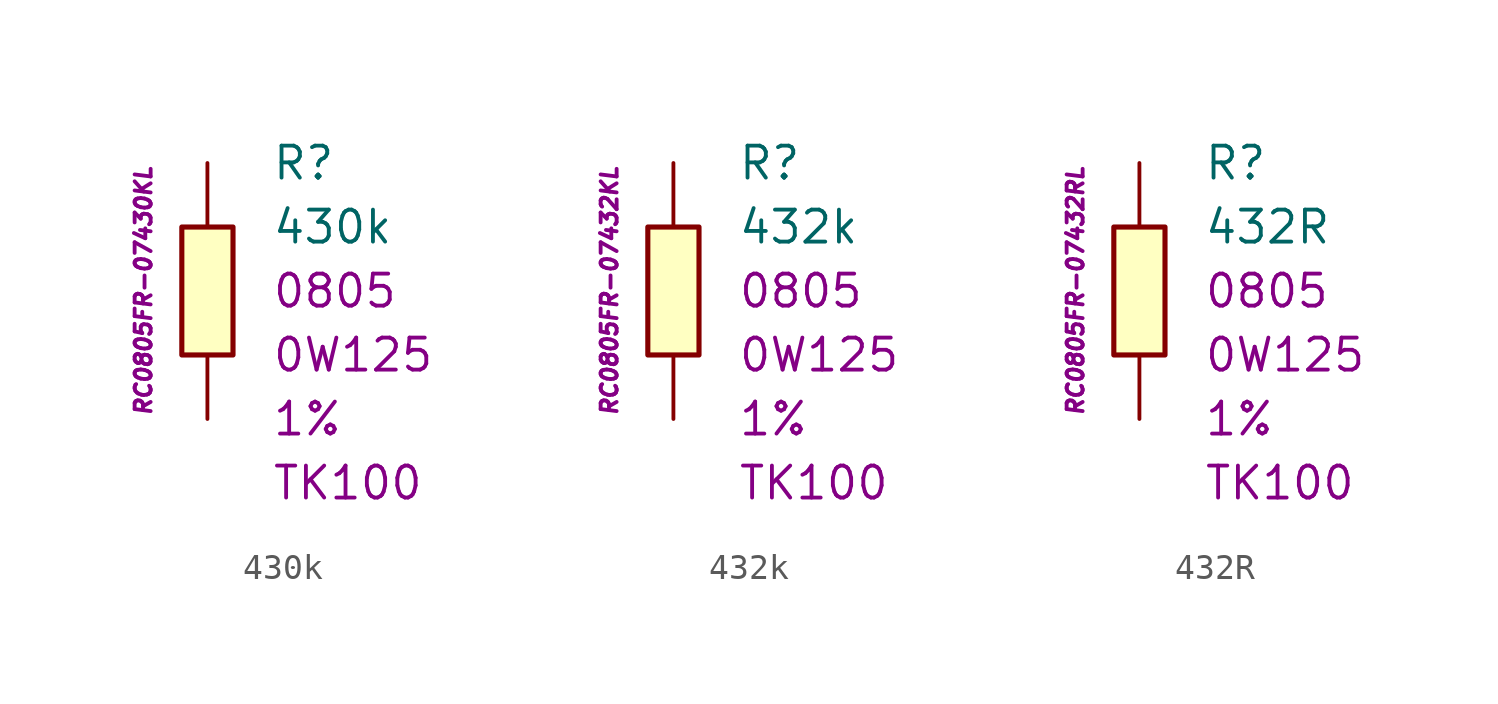
<source format=kicad_sym>
(kicad_symbol_lib
  (version 20201005)
  (generator kicad_symbol_editor)
  (symbol "430k"
    (pin_numbers hide)
    (pin_names
      (offset 1.016) hide)
    (property "Reference" "R"
      (at 2.54 5.08 0)
      (effects (font (size 1.27 1.27)) (justify left)))
    (property "Value" "430k"
      (at 2.54 2.54 0)
      (effects (font (size 1.27 1.27)) (justify left)))
    (property "Package" "0805"
      (at 2.54 0 0)
      (effects (font (size 1.27 1.27)) (justify left)))
    (property "Power" "0W125"
      (at 2.54 -2.54 0)
      (effects (font (size 1.27 1.27)) (justify left)))
    (property "Tolerance" "1%"
      (at 2.54 -5.08 0)
      (effects (font (size 1.27 1.27)) (justify left)))
    (property "TK" "TK100"
      (at 2.54 -7.62 0)
      (effects (font (size 1.27 1.27)) (justify left)))
    (property "ID" "RC0805FR-07430KL"
      (at -2.54 0 90)
      (effects (font (size 0.635 0.635) italic)))
    (symbol "430k_0_1"
      (rectangle (start -1.016 2.54) (end 1.016 -2.54) (stroke (width 0.203)) (fill (type background))))
    (symbol "430k_1_1"
      (pin passive line (at 0 5.08 270) (length 2.54) (name "~" (effects (font (size 1.778 1.778)))) (number "1" (effects (font (size 1.778 1.778)))))
      (pin passive line (at 0 -5.08 90) (length 2.54) (name "~" (effects (font (size 1.778 1.778)))) (number "2" (effects (font (size 1.778 1.778)))))))
  (symbol "432k"
    (pin_numbers hide)
    (pin_names
      (offset 1.016) hide)
    (property "Reference" "R"
      (at 2.54 5.08 0)
      (effects (font (size 1.27 1.27)) (justify left)))
    (property "Value" "432k"
      (at 2.54 2.54 0)
      (effects (font (size 1.27 1.27)) (justify left)))
    (property "Package" "0805"
      (at 2.54 0 0)
      (effects (font (size 1.27 1.27)) (justify left)))
    (property "Power" "0W125"
      (at 2.54 -2.54 0)
      (effects (font (size 1.27 1.27)) (justify left)))
    (property "Tolerance" "1%"
      (at 2.54 -5.08 0)
      (effects (font (size 1.27 1.27)) (justify left)))
    (property "TK" "TK100"
      (at 2.54 -7.62 0)
      (effects (font (size 1.27 1.27)) (justify left)))
    (property "ID" "RC0805FR-07432KL"
      (at -2.54 0 90)
      (effects (font (size 0.635 0.635) italic)))
    (symbol "432k_0_1"
      (rectangle (start -1.016 2.54) (end 1.016 -2.54) (stroke (width 0.203)) (fill (type background))))
    (symbol "432k_1_1"
      (pin passive line (at 0 5.08 270) (length 2.54) (name "~" (effects (font (size 1.778 1.778)))) (number "1" (effects (font (size 1.778 1.778)))))
      (pin passive line (at 0 -5.08 90) (length 2.54) (name "~" (effects (font (size 1.778 1.778)))) (number "2" (effects (font (size 1.778 1.778)))))))
  (symbol "432R"
    (pin_numbers hide)
    (pin_names
      (offset 1.016) hide)
    (property "Reference" "R"
      (at 2.54 5.08 0)
      (effects (font (size 1.27 1.27)) (justify left)))
    (property "Value" "432R"
      (at 2.54 2.54 0)
      (effects (font (size 1.27 1.27)) (justify left)))
    (property "Package" "0805"
      (at 2.54 0 0)
      (effects (font (size 1.27 1.27)) (justify left)))
    (property "Power" "0W125"
      (at 2.54 -2.54 0)
      (effects (font (size 1.27 1.27)) (justify left)))
    (property "Tolerance" "1%"
      (at 2.54 -5.08 0)
      (effects (font (size 1.27 1.27)) (justify left)))
    (property "TK" "TK100"
      (at 2.54 -7.62 0)
      (effects (font (size 1.27 1.27)) (justify left)))
    (property "ID" "RC0805FR-07432RL"
      (at -2.54 0 90)
      (effects (font (size 0.635 0.635) italic)))
    (symbol "432R_0_1"
      (rectangle (start -1.016 2.54) (end 1.016 -2.54) (stroke (width 0.203)) (fill (type background))))
    (symbol "432R_1_1"
      (pin passive line (at 0 5.08 270) (length 2.54) (name "~" (effects (font (size 1.778 1.778)))) (number "1" (effects (font (size 1.778 1.778)))))
      (pin passive line (at 0 -5.08 90) (length 2.54) (name "~" (effects (font (size 1.778 1.778)))) (number "2" (effects (font (size 1.778 1.778))))))))
</source>
